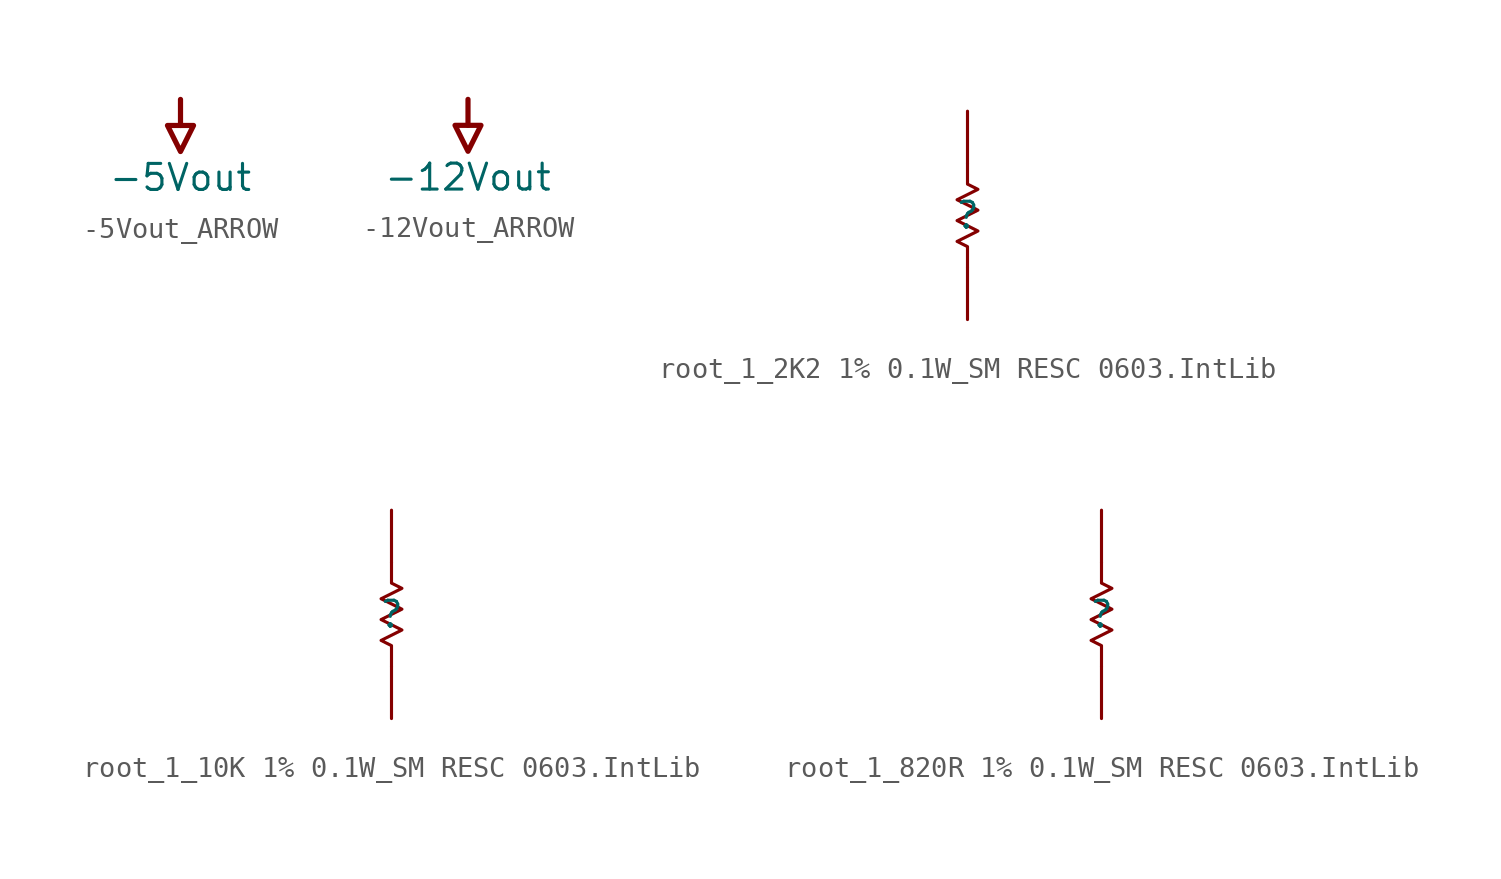
<source format=kicad_sym>
(kicad_symbol_lib
  (version 20241209)
  (generator "kicad_symbol_editor")
  (generator_version "9.0")
  (symbol "-5Vout_ARROW"
    (power)
    (property "Reference" "#PWR"
      (at 0 0 0)
      (effects (font (size 1.27 1.27)) (hide yes)))
    (property "Value" "-5Vout"
      (at 0 -3.81 0)
      (effects (font (size 1.27 1.27))))
    (symbol "-5Vout_ARROW_0_0"
      (polyline (pts (xy -0.635 -1.27) (xy 0.635 -1.27) (xy 0 -2.54) (xy -0.635 -1.27)) (stroke (width 0.254) (type solid)) (fill (type none)))
      (polyline (pts (xy 0 0) (xy 0 -1.27)) (stroke (width 0.254) (type solid)) (fill (type none)))
      (pin power_in line (at 0 0 0) (length 0) (hide yes) (name "-5Vout" (effects (font (size 1.27 1.27)))) (number "" (effects (font (size 1.27 1.27)))))))
  (symbol "-12Vout_ARROW"
    (power)
    (property "Reference" "#PWR"
      (at 0 0 0)
      (effects (font (size 1.27 1.27)) (hide yes)))
    (property "Value" "-12Vout"
      (at 0 -3.81 0)
      (effects (font (size 1.27 1.27))))
    (symbol "-12Vout_ARROW_0_0"
      (polyline (pts (xy -0.635 -1.27) (xy 0.635 -1.27) (xy 0 -2.54) (xy -0.635 -1.27)) (stroke (width 0.254) (type solid)) (fill (type none)))
      (polyline (pts (xy 0 0) (xy 0 -1.27)) (stroke (width 0.254) (type solid)) (fill (type none)))
      (pin power_in line (at 0 0 0) (length 0) (hide yes) (name "-12Vout" (effects (font (size 1.27 1.27)))) (number "" (effects (font (size 1.27 1.27)))))))
  (symbol "root_1_2K2 1% 0.1W_SM RESC 0603.IntLib"
    (pin_numbers
      (hide yes))
    (pin_names
      (hide yes))
    (property "Reference" ""
      (at 0 0 0)
      (effects (font (size 1.27 1.27))))
    (property "Value" ""
      (at 0 0 0)
      (effects (font (size 1.27 1.27))))
    (symbol "root_1_2K2 1% 0.1W_SM RESC 0603.IntLib_1_0"
      (polyline (pts (xy 0 2.54) (xy 0 1.524) (xy 0.508 1.27) (xy -0.508 0.762) (xy 0.508 0.254) (xy -0.508 -0.254) (xy 0.508 -0.762) (xy -0.508 -1.27) (xy 0 -1.524) (xy 0 -2.54)) (stroke (width 0) (type solid)) (fill (type none)))
      (pin passive line (at 0 5.08 270) (length 2.54) (name "2" (effects (font (size 1.27 1.27)))) (number "2" (effects (font (size 1.27 1.27)))))
      (pin passive line (at 0 -5.08 90) (length 2.54) (name "1" (effects (font (size 1.27 1.27)))) (number "1" (effects (font (size 1.27 1.27)))))))
  (symbol "root_1_10K 1% 0.1W_SM RESC 0603.IntLib"
    (pin_numbers
      (hide yes))
    (pin_names
      (hide yes))
    (property "Reference" ""
      (at 0 0 0)
      (effects (font (size 1.27 1.27))))
    (property "Value" ""
      (at 0 0 0)
      (effects (font (size 1.27 1.27))))
    (symbol "root_1_10K 1% 0.1W_SM RESC 0603.IntLib_1_0"
      (polyline (pts (xy 0 2.54) (xy 0 1.524) (xy 0.508 1.27) (xy -0.508 0.762) (xy 0.508 0.254) (xy -0.508 -0.254) (xy 0.508 -0.762) (xy -0.508 -1.27) (xy 0 -1.524) (xy 0 -2.54)) (stroke (width 0) (type solid)) (fill (type none)))
      (pin passive line (at 0 5.08 270) (length 2.54) (name "2" (effects (font (size 1.27 1.27)))) (number "2" (effects (font (size 1.27 1.27)))))
      (pin passive line (at 0 -5.08 90) (length 2.54) (name "1" (effects (font (size 1.27 1.27)))) (number "1" (effects (font (size 1.27 1.27)))))))
  (symbol "root_1_820R 1% 0.1W_SM RESC 0603.IntLib"
    (pin_numbers
      (hide yes))
    (pin_names
      (hide yes))
    (property "Reference" ""
      (at 0 0 0)
      (effects (font (size 1.27 1.27))))
    (property "Value" ""
      (at 0 0 0)
      (effects (font (size 1.27 1.27))))
    (symbol "root_1_820R 1% 0.1W_SM RESC 0603.IntLib_1_0"
      (polyline (pts (xy 0 2.54) (xy 0 1.524) (xy 0.508 1.27) (xy -0.508 0.762) (xy 0.508 0.254) (xy -0.508 -0.254) (xy 0.508 -0.762) (xy -0.508 -1.27) (xy 0 -1.524) (xy 0 -2.54)) (stroke (width 0) (type solid)) (fill (type none)))
      (pin passive line (at 0 5.08 270) (length 2.54) (name "2" (effects (font (size 1.27 1.27)))) (number "2" (effects (font (size 1.27 1.27)))))
      (pin passive line (at 0 -5.08 90) (length 2.54) (name "1" (effects (font (size 1.27 1.27)))) (number "1" (effects (font (size 1.27 1.27))))))))
</source>
